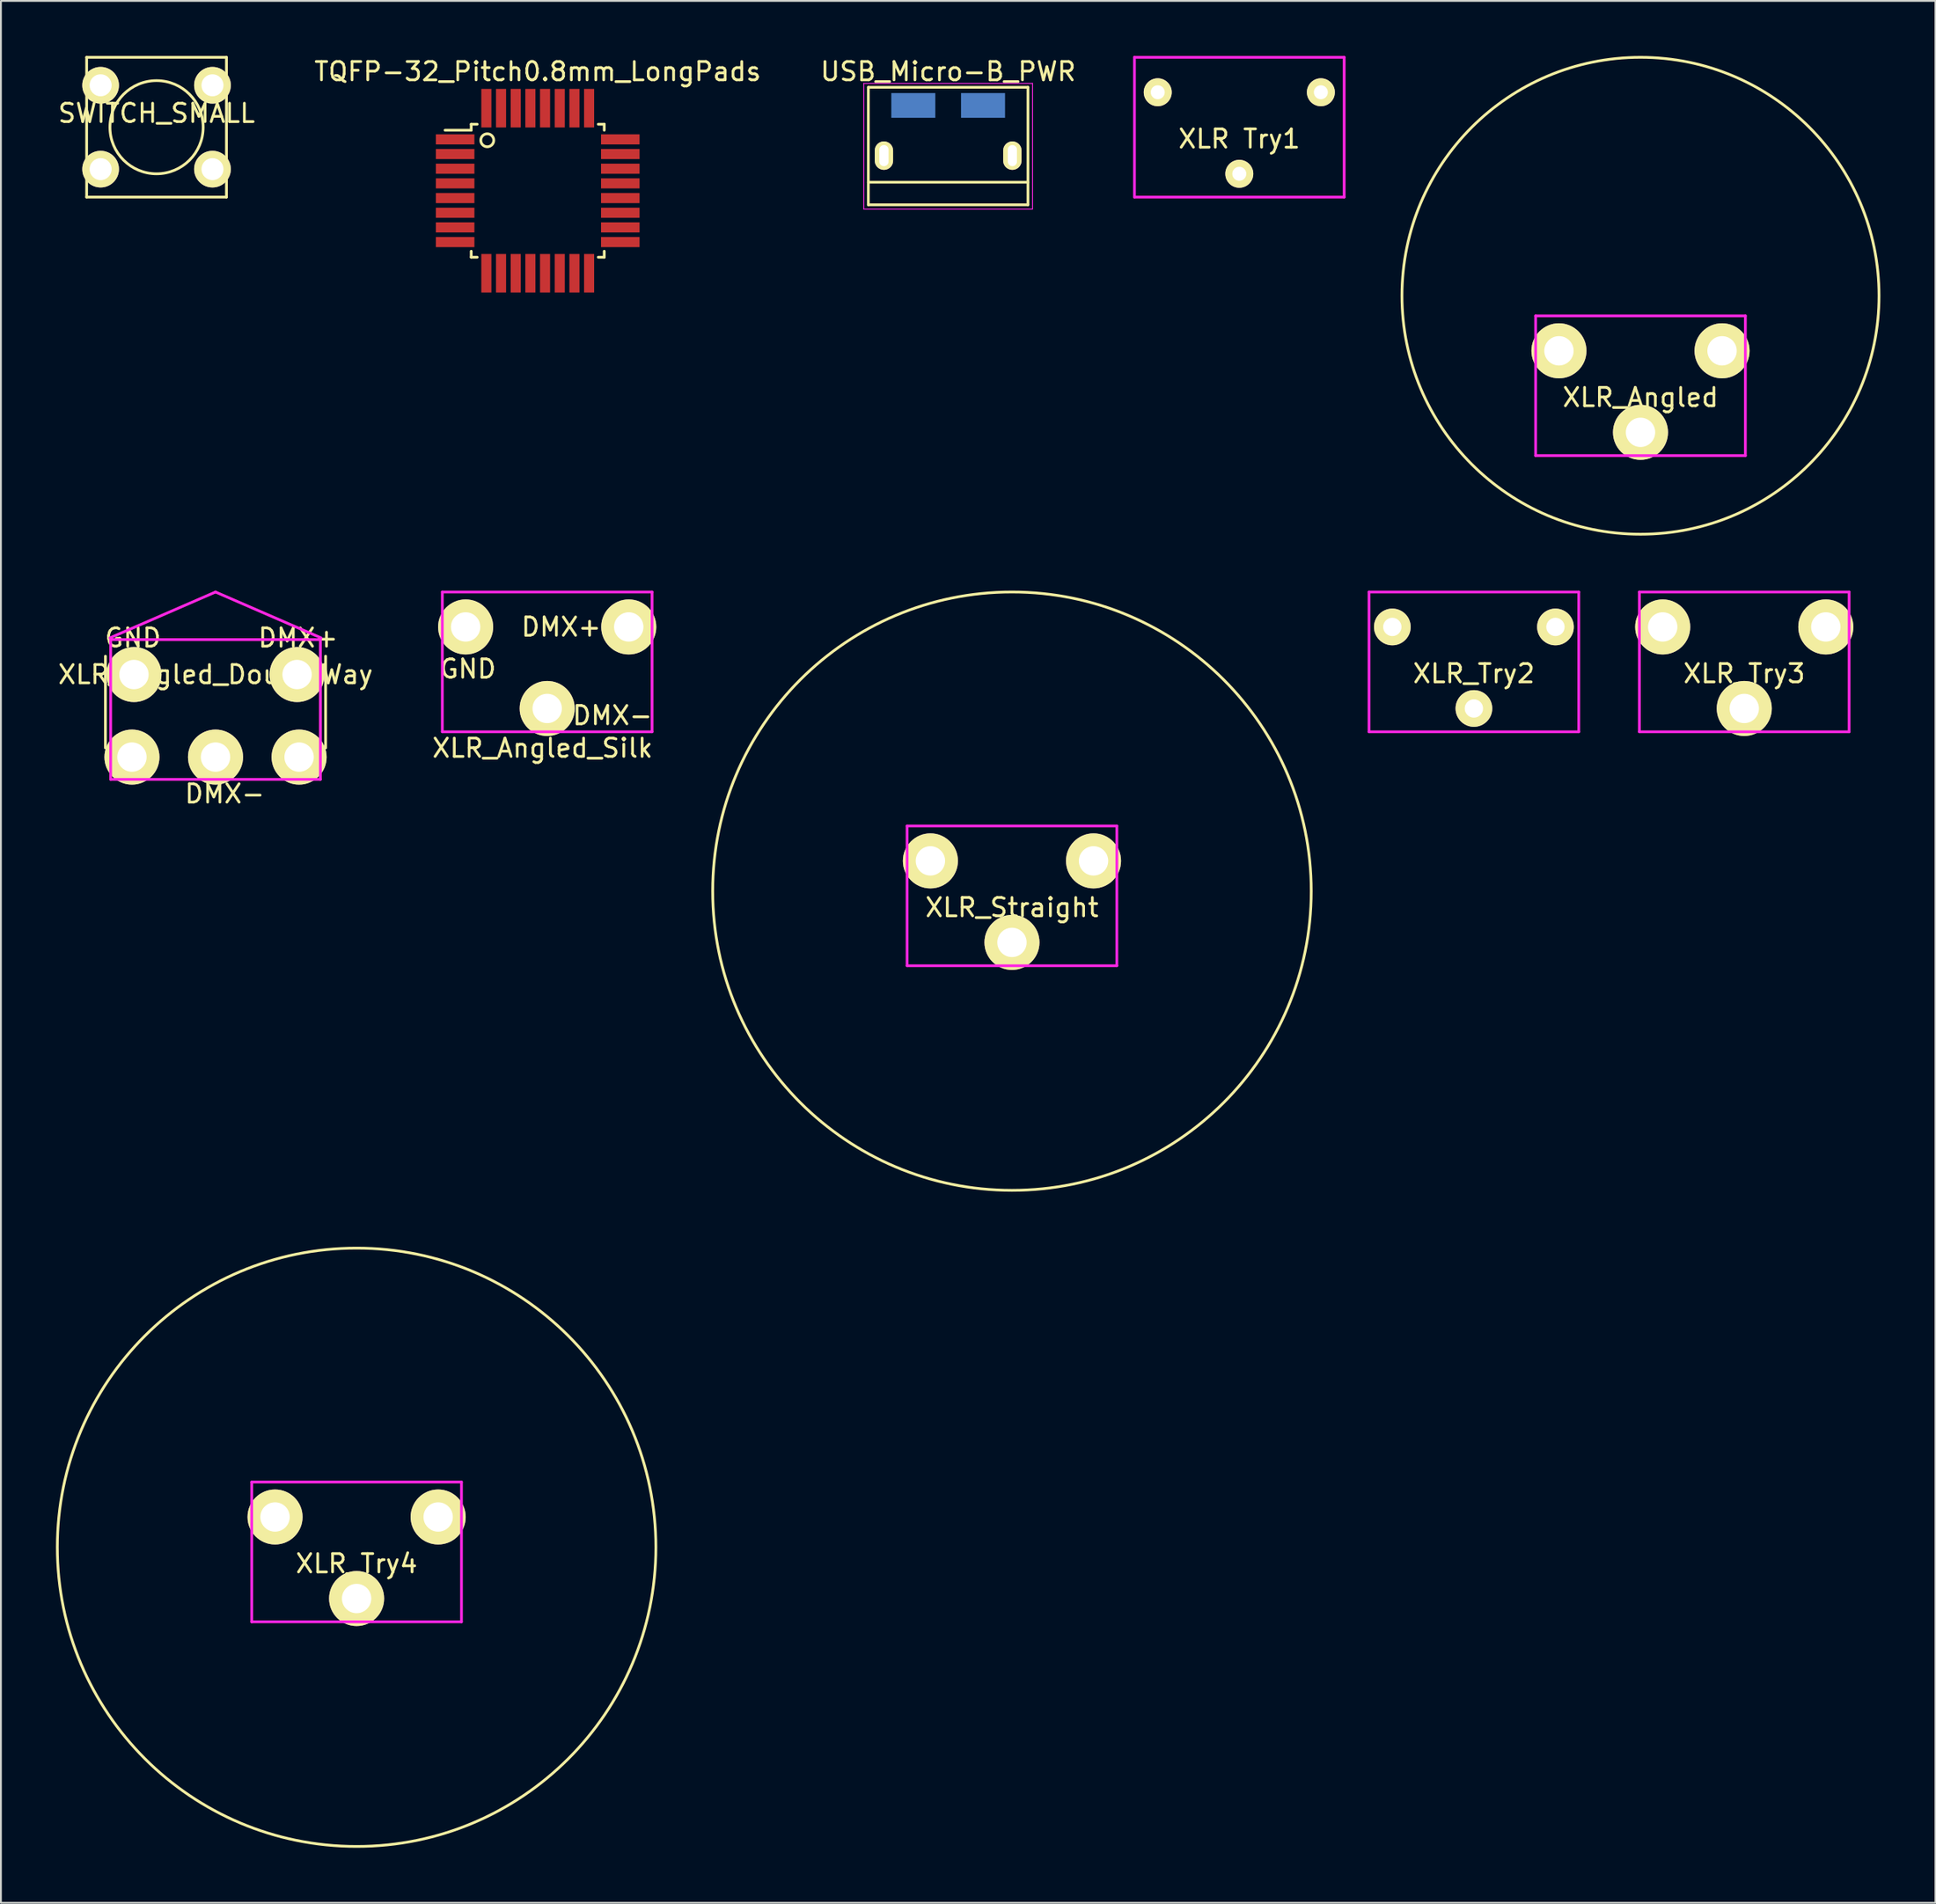
<source format=kicad_pcb>
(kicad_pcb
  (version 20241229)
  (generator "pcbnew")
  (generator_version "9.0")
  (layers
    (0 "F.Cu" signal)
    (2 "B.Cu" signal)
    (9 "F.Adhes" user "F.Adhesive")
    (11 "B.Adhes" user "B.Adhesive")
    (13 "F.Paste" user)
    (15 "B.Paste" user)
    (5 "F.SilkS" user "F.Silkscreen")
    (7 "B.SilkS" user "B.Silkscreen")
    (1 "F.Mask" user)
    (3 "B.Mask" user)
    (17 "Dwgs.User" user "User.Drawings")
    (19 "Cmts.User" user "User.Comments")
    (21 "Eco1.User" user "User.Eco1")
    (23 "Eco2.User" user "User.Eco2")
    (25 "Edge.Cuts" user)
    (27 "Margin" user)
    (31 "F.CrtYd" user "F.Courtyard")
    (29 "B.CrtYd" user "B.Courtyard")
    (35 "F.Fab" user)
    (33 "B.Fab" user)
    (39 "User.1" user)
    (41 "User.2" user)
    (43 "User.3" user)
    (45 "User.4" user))
  (footprint "SWITCH_SMALL"
    (layer "F.Cu")
    (at 5.482 3.885)
    (property "Reference" "SWITCH_SMALL" (at 0 -0.762 0) (layer "F.SilkS") (effects (font (size 1 1) (thickness 0.15))))
    (attr through_hole)
    (fp_line (start -3.81 -3.81) (end -3.81 3.81) (stroke (width 0.15) (type solid)) (layer "F.SilkS"))
    (fp_line (start -3.81 -3.81) (end 3.81 -3.81) (stroke (width 0.15) (type solid)) (layer "F.SilkS"))
    (fp_line (start 3.81 -3.81) (end 3.81 3.81) (stroke (width 0.15) (type solid)) (layer "F.SilkS"))
    (fp_line (start 3.81 3.81) (end -3.81 3.81) (stroke (width 0.15) (type solid)) (layer "F.SilkS"))
    (fp_circle (center 0 0) (end 0 -2.54) (stroke (width 0.15) (type solid)) (fill no) (layer "F.SilkS"))
    (pad "1" thru_hole circle (at -3.048 -2.286) (size 2 2) (drill 1.2) (layers "*.Cu" "*.Mask" "F.SilkS"))
    (pad "1" thru_hole circle (at 3.048 -2.286) (size 2 2) (drill 1.2) (layers "*.Cu" "*.Mask" "F.SilkS"))
    (pad "2" thru_hole circle (at -3.048 2.286) (size 2 2) (drill 1.2) (layers "*.Cu" "*.Mask" "F.SilkS"))
    (pad "2" thru_hole circle (at 3.048 2.286) (size 2 2) (drill 1.2) (layers "*.Cu" "*.Mask" "F.SilkS")))
  (footprint "XLR_Try2"
    (layer "F.Cu")
    (at 77.277 31.13)
    (property "Reference" "XLR_Try2" (at 0 2.54 0) (layer "F.SilkS") (effects (font (size 1 1) (thickness 0.15))))
    (attr through_hole)
    (fp_line (start -5.715 -1.905) (end 5.715 -1.905) (stroke (width 0.15) (type solid)) (layer "F.CrtYd"))
    (fp_line (start -5.715 5.715) (end -5.715 -1.905) (stroke (width 0.15) (type solid)) (layer "F.CrtYd"))
    (fp_line (start 5.715 -1.905) (end 5.715 5.715) (stroke (width 0.15) (type solid)) (layer "F.CrtYd"))
    (fp_line (start 5.715 5.715) (end -5.715 5.715) (stroke (width 0.15) (type solid)) (layer "F.CrtYd"))
    (pad "1" thru_hole circle (at 4.445 0) (size 2 2) (drill 1) (layers "*.Cu" "*.Mask" "F.SilkS"))
    (pad "2" thru_hole circle (at 0 4.445) (size 2 2) (drill 1) (layers "*.Cu" "*.Mask" "F.SilkS"))
    (pad "3" thru_hole circle (at -4.445 0) (size 2 2) (drill 1) (layers "*.Cu" "*.Mask" "F.SilkS")))
  (footprint "XLR_Angled_DoubleWay"
    (layer "F.Cu")
    (at 8.696 33.725)
    (property "Reference" "XLR_Angled_DoubleWay" (at 0 0 0) (layer "F.SilkS") (effects (font (size 1 1) (thickness 0.15))))
    (attr through_hole)
    (fp_line (start -6 4) (end -6 -1) (stroke (width 0.15) (type solid)) (layer "F.SilkS"))
    (fp_line (start 6 4) (end 6 -1) (stroke (width 0.15) (type solid)) (layer "F.SilkS"))
    (fp_line (start -5.715 -1.905) (end 5.715 -1.905) (stroke (width 0.15) (type solid)) (layer "F.CrtYd"))
    (fp_line (start -5.715 5.715) (end -5.715 -1.905) (stroke (width 0.15) (type solid)) (layer "F.CrtYd"))
    (fp_line (start 0 -4.5) (end -5.75 -2) (stroke (width 0.15) (type solid)) (layer "F.CrtYd"))
    (fp_line (start 0 -4.5) (end 5.75 -2) (stroke (width 0.15) (type solid)) (layer "F.CrtYd"))
    (fp_line (start 5.715 -1.905) (end 5.715 5.715) (stroke (width 0.15) (type solid)) (layer "F.CrtYd"))
    (fp_line (start 5.715 5.715) (end -5.715 5.715) (stroke (width 0.15) (type solid)) (layer "F.CrtYd"))
    (fp_text user "DMX-" (at 0.5 6.5 0) (layer "F.SilkS") (effects (font (size 1 1) (thickness 0.15))))
    (fp_text user "DMX+" (at 4.5 -2 0) (layer "F.SilkS") (effects (font (size 1 1) (thickness 0.15))))
    (fp_text user "GND" (at -4.5 -2 0) (layer "F.SilkS") (effects (font (size 1 1) (thickness 0.15))))
    (pad "1" thru_hole circle (at -4.445 0) (size 3 3) (drill 1.6) (layers "*.Cu" "*.Mask" "F.SilkS"))
    (pad "1" thru_hole circle (at 4.555 4.5) (size 3 3) (drill 1.6) (layers "*.Cu" "*.Mask" "F.SilkS"))
    (pad "2" thru_hole circle (at 0 4.5) (size 3 3) (drill 1.6) (layers "*.Cu" "*.Mask" "F.SilkS"))
    (pad "3" thru_hole circle (at -4.555 4.5) (size 3 3) (drill 1.6) (layers "*.Cu" "*.Mask" "F.SilkS"))
    (pad "3" thru_hole circle (at 4.445 0) (size 3 3) (drill 1.6) (layers "*.Cu" "*.Mask" "F.SilkS")))
  (footprint "TQFP-32_Pitch0.8mm_LongPads"
    (layer "F.Cu")
    (at 26.256 7.348)
    (property "Reference" "TQFP-32_Pitch0.8mm_LongPads" (at 0 -6.5 0) (layer "F.SilkS") (effects (font (size 1 1) (thickness 0.15))))
    (attr smd)
    (fp_line (start -3.625 -3.625) (end -3.625 -3.3) (stroke (width 0.15) (type solid)) (layer "F.SilkS"))
    (fp_line (start -3.625 -3.625) (end -3.3 -3.625) (stroke (width 0.15) (type solid)) (layer "F.SilkS"))
    (fp_line (start -3.625 -3.3) (end -5.05 -3.3) (stroke (width 0.15) (type solid)) (layer "F.SilkS"))
    (fp_line (start -3.625 3.625) (end -3.625 3.3) (stroke (width 0.15) (type solid)) (layer "F.SilkS"))
    (fp_line (start -3.625 3.625) (end -3.3 3.625) (stroke (width 0.15) (type solid)) (layer "F.SilkS"))
    (fp_line (start 3.625 -3.625) (end 3.3 -3.625) (stroke (width 0.15) (type solid)) (layer "F.SilkS"))
    (fp_line (start 3.625 -3.625) (end 3.625 -3.3) (stroke (width 0.15) (type solid)) (layer "F.SilkS"))
    (fp_line (start 3.625 3.625) (end 3.3 3.625) (stroke (width 0.15) (type solid)) (layer "F.SilkS"))
    (fp_line (start 3.625 3.625) (end 3.625 3.3) (stroke (width 0.15) (type solid)) (layer "F.SilkS"))
    (fp_circle (center -2.75 -2.75) (end -3 -3) (stroke (width 0.15) (type solid)) (fill no) (layer "F.SilkS"))
    (pad "1" smd rect (at -4.5 -2.8) (size 2.1 0.55) (layers "F.Cu" "F.Mask" "F.Paste"))
    (pad "2" smd rect (at -4.5 -2) (size 2.1 0.55) (layers "F.Cu" "F.Mask" "F.Paste"))
    (pad "3" smd rect (at -4.5 -1.2) (size 2.1 0.55) (layers "F.Cu" "F.Mask" "F.Paste"))
    (pad "4" smd rect (at -4.5 -0.4) (size 2.1 0.55) (layers "F.Cu" "F.Mask" "F.Paste"))
    (pad "5" smd rect (at -4.5 0.4) (size 2.1 0.55) (layers "F.Cu" "F.Mask" "F.Paste"))
    (pad "6" smd rect (at -4.5 1.2) (size 2.1 0.55) (layers "F.Cu" "F.Mask" "F.Paste"))
    (pad "7" smd rect (at -4.5 2) (size 2.1 0.55) (layers "F.Cu" "F.Mask" "F.Paste"))
    (pad "8" smd rect (at -4.5 2.8) (size 2.1 0.55) (layers "F.Cu" "F.Mask" "F.Paste"))
    (pad "9" smd rect (at -2.8 4.5 90) (size 2.1 0.55) (layers "F.Cu" "F.Mask" "F.Paste"))
    (pad "10" smd rect (at -2 4.5 90) (size 2.1 0.55) (layers "F.Cu" "F.Mask" "F.Paste"))
    (pad "11" smd rect (at -1.2 4.5 90) (size 2.1 0.55) (layers "F.Cu" "F.Mask" "F.Paste"))
    (pad "12" smd rect (at -0.4 4.5 90) (size 2.1 0.55) (layers "F.Cu" "F.Mask" "F.Paste"))
    (pad "13" smd rect (at 0.4 4.5 90) (size 2.1 0.55) (layers "F.Cu" "F.Mask" "F.Paste"))
    (pad "14" smd rect (at 1.2 4.5 90) (size 2.1 0.55) (layers "F.Cu" "F.Mask" "F.Paste"))
    (pad "15" smd rect (at 2 4.5 90) (size 2.1 0.55) (layers "F.Cu" "F.Mask" "F.Paste"))
    (pad "16" smd rect (at 2.8 4.5 90) (size 2.1 0.55) (layers "F.Cu" "F.Mask" "F.Paste"))
    (pad "17" smd rect (at 4.5 2.8) (size 2.1 0.55) (layers "F.Cu" "F.Mask" "F.Paste"))
    (pad "18" smd rect (at 4.5 2) (size 2.1 0.55) (layers "F.Cu" "F.Mask" "F.Paste"))
    (pad "19" smd rect (at 4.5 1.2) (size 2.1 0.55) (layers "F.Cu" "F.Mask" "F.Paste"))
    (pad "20" smd rect (at 4.5 0.4) (size 2.1 0.55) (layers "F.Cu" "F.Mask" "F.Paste"))
    (pad "21" smd rect (at 4.5 -0.4) (size 2.1 0.55) (layers "F.Cu" "F.Mask" "F.Paste"))
    (pad "22" smd rect (at 4.5 -1.2) (size 2.1 0.55) (layers "F.Cu" "F.Mask" "F.Paste"))
    (pad "23" smd rect (at 4.5 -2) (size 2.1 0.55) (layers "F.Cu" "F.Mask" "F.Paste"))
    (pad "24" smd rect (at 4.5 -2.8) (size 2.1 0.55) (layers "F.Cu" "F.Mask" "F.Paste"))
    (pad "25" smd rect (at 2.8 -4.5 90) (size 2.1 0.55) (layers "F.Cu" "F.Mask" "F.Paste"))
    (pad "26" smd rect (at 2 -4.5 90) (size 2.1 0.55) (layers "F.Cu" "F.Mask" "F.Paste"))
    (pad "27" smd rect (at 1.2 -4.5 90) (size 2.1 0.55) (layers "F.Cu" "F.Mask" "F.Paste"))
    (pad "28" smd rect (at 0.4 -4.5 90) (size 2.1 0.55) (layers "F.Cu" "F.Mask" "F.Paste"))
    (pad "29" smd rect (at -0.4 -4.5 90) (size 2.1 0.55) (layers "F.Cu" "F.Mask" "F.Paste"))
    (pad "30" smd rect (at -1.2 -4.5 90) (size 2.1 0.55) (layers "F.Cu" "F.Mask" "F.Paste"))
    (pad "31" smd rect (at -2 -4.5 90) (size 2.1 0.55) (layers "F.Cu" "F.Mask" "F.Paste"))
    (pad "32" smd rect (at -2.8 -4.5 90) (size 2.1 0.55) (layers "F.Cu" "F.Mask" "F.Paste")))
  (footprint "XLR Try1"
    (layer "F.Cu")
    (at 64.492 1.98)
    (property "Reference" "XLR Try1" (at 0 2.54 0) (layer "F.SilkS") (effects (font (size 1 1) (thickness 0.15))))
    (attr through_hole)
    (fp_line (start -5.715 -1.905) (end 5.715 -1.905) (stroke (width 0.15) (type solid)) (layer "F.CrtYd"))
    (fp_line (start -5.715 5.715) (end -5.715 -1.905) (stroke (width 0.15) (type solid)) (layer "F.CrtYd"))
    (fp_line (start 5.715 -1.905) (end 5.715 5.715) (stroke (width 0.15) (type solid)) (layer "F.CrtYd"))
    (fp_line (start 5.715 5.715) (end -5.715 5.715) (stroke (width 0.15) (type solid)) (layer "F.CrtYd"))
    (pad "1" thru_hole circle (at 4.445 0) (size 1.524 1.524) (drill 0.762) (layers "*.Cu" "*.Mask" "F.SilkS"))
    (pad "2" thru_hole circle (at 0 4.445) (size 1.524 1.524) (drill 0.762) (layers "*.Cu" "*.Mask" "F.SilkS"))
    (pad "3" thru_hole circle (at -4.445 0) (size 1.524 1.524) (drill 0.762) (layers "*.Cu" "*.Mask" "F.SilkS")))
  (footprint "XLR_Straight"
    (layer "F.Cu")
    (at 52.102 43.884)
    (property "Reference" "XLR_Straight" (at 0 2.54 0) (layer "F.SilkS") (effects (font (size 1 1) (thickness 0.15))))
    (attr through_hole)
    (fp_circle (center 0 1.651) (end 10.541 -10.795) (stroke (width 0.15) (type solid)) (fill no) (layer "F.SilkS"))
    (fp_line (start -5.715 -1.905) (end 5.715 -1.905) (stroke (width 0.15) (type solid)) (layer "F.CrtYd"))
    (fp_line (start -5.715 5.715) (end -5.715 -1.905) (stroke (width 0.15) (type solid)) (layer "F.CrtYd"))
    (fp_line (start 5.715 -1.905) (end 5.715 5.715) (stroke (width 0.15) (type solid)) (layer "F.CrtYd"))
    (fp_line (start 5.715 5.715) (end -5.715 5.715) (stroke (width 0.15) (type solid)) (layer "F.CrtYd"))
    (pad "1" thru_hole circle (at 4.445 0) (size 3 3) (drill 1.6) (layers "*.Cu" "*.Mask" "F.SilkS"))
    (pad "2" thru_hole circle (at 0 4.445) (size 3 3) (drill 1.6) (layers "*.Cu" "*.Mask" "F.SilkS"))
    (pad "3" thru_hole circle (at -4.445 0) (size 3 3) (drill 1.6) (layers "*.Cu" "*.Mask" "F.SilkS")))
  (footprint "XLR_Try4"
    (layer "F.Cu")
    (at 16.385 79.654)
    (property "Reference" "XLR_Try4" (at 0 2.54 0) (layer "F.SilkS") (effects (font (size 1 1) (thickness 0.15))))
    (attr through_hole)
    (fp_circle (center 0 1.651) (end 10.541 -10.795) (stroke (width 0.15) (type solid)) (fill no) (layer "F.SilkS"))
    (fp_line (start -5.715 -1.905) (end 5.715 -1.905) (stroke (width 0.15) (type solid)) (layer "F.CrtYd"))
    (fp_line (start -5.715 5.715) (end -5.715 -1.905) (stroke (width 0.15) (type solid)) (layer "F.CrtYd"))
    (fp_line (start 5.715 -1.905) (end 5.715 5.715) (stroke (width 0.15) (type solid)) (layer "F.CrtYd"))
    (fp_line (start 5.715 5.715) (end -5.715 5.715) (stroke (width 0.15) (type solid)) (layer "F.CrtYd"))
    (pad "1" thru_hole circle (at 4.445 0) (size 3 3) (drill 1.6) (layers "*.Cu" "*.Mask" "F.SilkS"))
    (pad "2" thru_hole circle (at 0 4.445) (size 3 3) (drill 1.6) (layers "*.Cu" "*.Mask" "F.SilkS"))
    (pad "3" thru_hole circle (at -4.445 0) (size 3 3) (drill 1.6) (layers "*.Cu" "*.Mask" "F.SilkS")))
  (footprint "USB_Micro-B_PWR"
    (layer "F.Cu")
    (at 48.625 4.298)
    (property "Reference" "USB_Micro-B_PWR" (at 0 -3.45 0) (layer "F.SilkS") (effects (font (size 1 1) (thickness 0.15))))
    (attr smd)
    (fp_line (start -4.351 -2.588) (end 4.349 -2.588) (stroke (width 0.15) (type solid)) (layer "F.SilkS"))
    (fp_line (start -4.351 3.817) (end -4.351 -2.588) (stroke (width 0.15) (type solid)) (layer "F.SilkS"))
    (fp_line (start -4.351 3.817) (end 4.349 3.817) (stroke (width 0.15) (type solid)) (layer "F.SilkS"))
    (fp_line (start 4.349 -2.588) (end 4.349 3.817) (stroke (width 0.15) (type solid)) (layer "F.SilkS"))
    (fp_line (start 4.349 2.587) (end -4.351 2.587) (stroke (width 0.15) (type solid)) (layer "F.SilkS"))
    (fp_line (start -4.6 -2.8) (end 4.6 -2.8) (stroke (width 0.05) (type solid)) (layer "F.CrtYd"))
    (fp_line (start -4.6 4.05) (end -4.6 -2.8) (stroke (width 0.05) (type solid)) (layer "F.CrtYd"))
    (fp_line (start 4.6 -2.8) (end 4.6 4.05) (stroke (width 0.05) (type solid)) (layer "F.CrtYd"))
    (fp_line (start 4.6 4.05) (end -4.6 4.05) (stroke (width 0.05) (type solid)) (layer "F.CrtYd"))
    (pad "1" smd rect (at -1.9 -1.6 90) (size 1.35 2.4) (layers "F.Mask" "B.Cu" "F.Paste"))
    (pad "5" smd rect (at 1.9 -1.6 90) (size 1.35 2.4) (layers "F.Mask" "B.Cu" "F.Paste"))
    (pad "6" thru_hole oval (at -3.501 1.137 90) (size 1.55 1) (drill oval 1.15 0.5) (layers "*.Cu" "*.Mask" "F.SilkS"))
    (pad "6" thru_hole oval (at 3.499 1.137 90) (size 1.55 1) (drill oval 1.15 0.5) (layers "*.Cu" "*.Mask" "F.SilkS")))
  (footprint "XLR_Angled"
    (layer "F.Cu")
    (at 86.357 16.075)
    (property "Reference" "XLR_Angled" (at 0 2.54 0) (layer "F.SilkS") (effects (font (size 1 1) (thickness 0.15))))
    (attr through_hole)
    (fp_circle (center 0 -3) (end 0 10) (stroke (width 0.15) (type solid)) (fill no) (layer "F.SilkS"))
    (fp_line (start -5.715 -1.905) (end 5.715 -1.905) (stroke (width 0.15) (type solid)) (layer "F.CrtYd"))
    (fp_line (start -5.715 5.715) (end -5.715 -1.905) (stroke (width 0.15) (type solid)) (layer "F.CrtYd"))
    (fp_line (start 5.715 -1.905) (end 5.715 5.715) (stroke (width 0.15) (type solid)) (layer "F.CrtYd"))
    (fp_line (start 5.715 5.715) (end -5.715 5.715) (stroke (width 0.15) (type solid)) (layer "F.CrtYd"))
    (pad "1" thru_hole circle (at -4.445 0) (size 3 3) (drill 1.6) (layers "*.Cu" "*.Mask" "F.SilkS"))
    (pad "2" thru_hole circle (at 0 4.445) (size 3 3) (drill 1.6) (layers "*.Cu" "*.Mask" "F.SilkS"))
    (pad "3" thru_hole circle (at 4.445 0) (size 3 3) (drill 1.6) (layers "*.Cu" "*.Mask" "F.SilkS")))
  (footprint "XLR_Angled_Silk"
    (layer "F.Cu")
    (at 26.772 31.13)
    (property "Reference" "XLR_Angled_Silk" (at -0.254 6.604 0) (layer "F.SilkS") (effects (font (size 1 1) (thickness 0.15))))
    (attr through_hole)
    (fp_line (start -5.715 -1.905) (end 5.715 -1.905) (stroke (width 0.15) (type solid)) (layer "F.CrtYd"))
    (fp_line (start -5.715 5.715) (end -5.715 -1.905) (stroke (width 0.15) (type solid)) (layer "F.CrtYd"))
    (fp_line (start 5.715 -1.905) (end 5.715 5.715) (stroke (width 0.15) (type solid)) (layer "F.CrtYd"))
    (fp_line (start 5.715 5.715) (end -5.715 5.715) (stroke (width 0.15) (type solid)) (layer "F.CrtYd"))
    (fp_text user "DMX-" (at 3.556 4.826 0) (layer "F.SilkS") (effects (font (size 1 1) (thickness 0.15))))
    (fp_text user "GND" (at -4.318 2.286 0) (layer "F.SilkS") (effects (font (size 1 1) (thickness 0.15))))
    (fp_text user "DMX+" (at 0.762 0 0) (layer "F.SilkS") (effects (font (size 1 1) (thickness 0.15))))
    (pad "1" thru_hole circle (at -4.445 0) (size 3 3) (drill 1.6) (layers "*.Cu" "*.Mask" "F.SilkS"))
    (pad "2" thru_hole circle (at 0 4.445) (size 3 3) (drill 1.6) (layers "*.Cu" "*.Mask" "F.SilkS"))
    (pad "3" thru_hole circle (at 4.445 0) (size 3 3) (drill 1.6) (layers "*.Cu" "*.Mask" "F.SilkS")))
  (footprint "XLR_Try3"
    (layer "F.Cu")
    (at 92.012 31.13)
    (property "Reference" "XLR_Try3" (at 0 2.54 0) (layer "F.SilkS") (effects (font (size 1 1) (thickness 0.15))))
    (attr through_hole)
    (fp_line (start -5.715 -1.905) (end 5.715 -1.905) (stroke (width 0.15) (type solid)) (layer "F.CrtYd"))
    (fp_line (start -5.715 5.715) (end -5.715 -1.905) (stroke (width 0.15) (type solid)) (layer "F.CrtYd"))
    (fp_line (start 5.715 -1.905) (end 5.715 5.715) (stroke (width 0.15) (type solid)) (layer "F.CrtYd"))
    (fp_line (start 5.715 5.715) (end -5.715 5.715) (stroke (width 0.15) (type solid)) (layer "F.CrtYd"))
    (pad "1" thru_hole circle (at 4.445 0) (size 3 3) (drill 1.6) (layers "*.Cu" "*.Mask" "F.SilkS"))
    (pad "2" thru_hole circle (at 0 4.445) (size 3 3) (drill 1.6) (layers "*.Cu" "*.Mask" "F.SilkS"))
    (pad "3" thru_hole circle (at -4.445 0) (size 3 3) (drill 1.6) (layers "*.Cu" "*.Mask" "F.SilkS")))
  (gr_rect
    (start -3 -3)
    (end 102.432 100.69)
    (stroke (width 0.1) (type default))
    (fill no)
    (layer "Edge.Cuts")))
</source>
